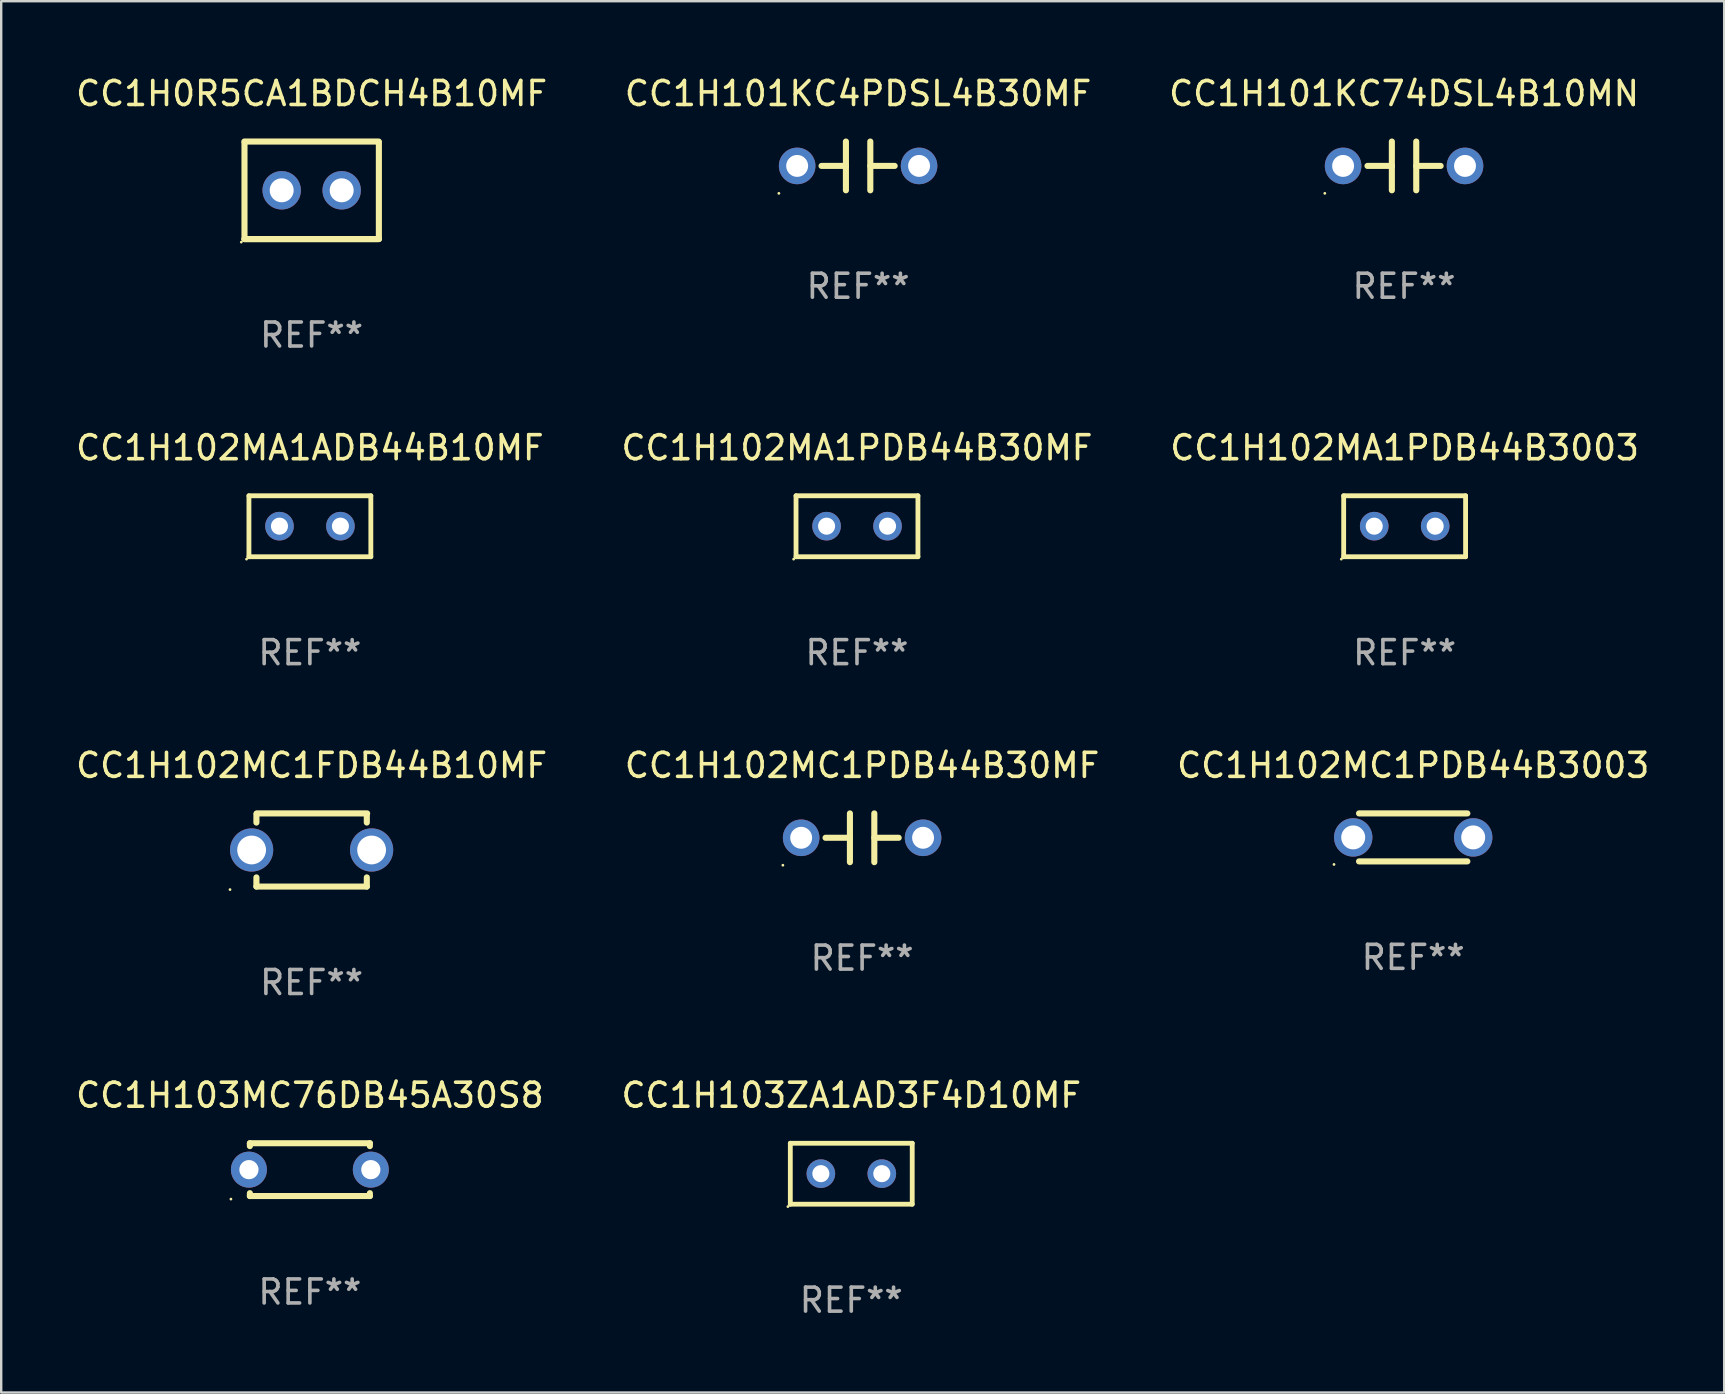
<source format=kicad_pcb>
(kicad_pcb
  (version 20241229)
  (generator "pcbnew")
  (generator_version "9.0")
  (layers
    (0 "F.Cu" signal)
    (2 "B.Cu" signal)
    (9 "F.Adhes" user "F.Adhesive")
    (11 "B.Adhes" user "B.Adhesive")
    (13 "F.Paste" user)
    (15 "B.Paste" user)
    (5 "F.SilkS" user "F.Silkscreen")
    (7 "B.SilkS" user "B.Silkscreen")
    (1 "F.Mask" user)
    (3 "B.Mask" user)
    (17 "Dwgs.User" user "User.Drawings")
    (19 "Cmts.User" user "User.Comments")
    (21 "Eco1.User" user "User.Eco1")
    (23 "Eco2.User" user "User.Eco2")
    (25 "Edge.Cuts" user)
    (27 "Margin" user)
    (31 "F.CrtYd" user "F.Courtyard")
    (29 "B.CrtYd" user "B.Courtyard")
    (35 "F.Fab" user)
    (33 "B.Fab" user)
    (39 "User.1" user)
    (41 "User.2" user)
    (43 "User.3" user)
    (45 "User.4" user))
  (footprint "CC1H101KC4PDSL4B30MF"
    (layer "F.Cu")
    (at 32.708 3.864)
    (property "Reference" "CC1H101KC4PDSL4B30MF" (at 0 -3.016 0) (layer "F.SilkS") (effects (font (size 1 1) (thickness 0.15))))
    (attr through_hole)
    (fp_line (start -1.524 0) (end -0.508 0) (stroke (width 0.254) (type solid)) (layer "F.SilkS"))
    (fp_line (start -0.508 0) (end -0.508 -1.016) (stroke (width 0.254) (type solid)) (layer "F.SilkS"))
    (fp_line (start -0.508 0) (end -0.508 1.016) (stroke (width 0.254) (type solid)) (layer "F.SilkS"))
    (fp_line (start 0.508 -1.016) (end 0.508 1.016) (stroke (width 0.254) (type solid)) (layer "F.SilkS"))
    (fp_line (start 1.524 0) (end 0.508 0) (stroke (width 0.254) (type solid)) (layer "F.SilkS"))
    (fp_circle (center -3.302 1.143) (end -3.272 1.143) (stroke (width 0.06) (type solid)) (fill no) (layer "F.SilkS"))
    (fp_text user "REF**" (at 0 5.016 0) (layer "F.Fab") (effects (font (size 1 1) (thickness 0.15))))
    (pad "1" thru_hole circle (at -2.54 0) (size 1.524 1.524) (drill 0.914) (layers "*.Cu" "*.Mask"))
    (pad "2" thru_hole circle (at 2.54 0) (size 1.524 1.524) (drill 0.914) (layers "*.Cu" "*.Mask")))
  (footprint "CC1H102MA1PDB44B3003"
    (layer "F.Cu")
    (at 55.482 18.879)
    (property "Reference" "CC1H102MA1PDB44B3003" (at 0 -3.27 0) (layer "F.SilkS") (effects (font (size 1 1) (thickness 0.15))))
    (attr through_hole)
    (fp_line (start -2.54 -1.27) (end -2.54 1.27) (stroke (width 0.201) (type solid)) (layer "F.SilkS"))
    (fp_line (start -2.54 1.27) (end 2.54 1.27) (stroke (width 0.201) (type solid)) (layer "F.SilkS"))
    (fp_line (start 2.54 -1.27) (end -2.54 -1.27) (stroke (width 0.201) (type solid)) (layer "F.SilkS"))
    (fp_line (start 2.54 1.27) (end 2.54 -1.27) (stroke (width 0.201) (type solid)) (layer "F.SilkS"))
    (fp_circle (center -2.64 1.37) (end -2.61 1.37) (stroke (width 0.06) (type solid)) (fill no) (layer "F.SilkS"))
    (fp_text user "REF**" (at 0 5.27 0) (layer "F.Fab") (effects (font (size 1 1) (thickness 0.15))))
    (pad "1" thru_hole circle (at -1.267 -0.003) (size 1.194 1.194) (drill 0.711) (layers "*.Cu" "*.Mask"))
    (pad "2" thru_hole circle (at 1.273 -0.003) (size 1.194 1.194) (drill 0.711) (layers "*.Cu" "*.Mask")))
  (footprint "CC1H103MC76DB45A30S8"
    (layer "F.Cu")
    (at 9.863 45.69)
    (property "Reference" "CC1H103MC76DB45A30S8" (at 0 -3.1 0) (layer "F.SilkS") (effects (font (size 1 1) (thickness 0.15))))
    (attr through_hole)
    (fp_line (start -2.5 -1.1) (end -2.5 -0.98) (stroke (width 0.254) (type solid)) (layer "F.SilkS"))
    (fp_line (start -2.5 -1.1) (end 2.5 -1.1) (stroke (width 0.254) (type solid)) (layer "F.SilkS"))
    (fp_line (start -2.5 0.98) (end -2.5 1.1) (stroke (width 0.254) (type solid)) (layer "F.SilkS"))
    (fp_line (start -2.5 1.1) (end 2.5 1.1) (stroke (width 0.254) (type solid)) (layer "F.SilkS"))
    (fp_line (start 2.5 -1.1) (end 2.5 -0.98) (stroke (width 0.254) (type solid)) (layer "F.SilkS"))
    (fp_line (start 2.5 0.98) (end 2.5 1.1) (stroke (width 0.254) (type solid)) (layer "F.SilkS"))
    (fp_circle (center -3.29 1.227) (end -3.26 1.227) (stroke (width 0.06) (type solid)) (fill no) (layer "F.SilkS"))
    (fp_text user "REF**" (at 0 5.1 0) (layer "F.Fab") (effects (font (size 1 1) (thickness 0.15))))
    (pad "1" thru_hole circle (at -2.54 0) (size 1.5 1.5) (drill 0.8) (layers "*.Cu" "*.Mask"))
    (pad "2" thru_hole circle (at 2.54 0) (size 1.5 1.5) (drill 0.8) (layers "*.Cu" "*.Mask")))
  (footprint "CC1H102MA1PDB44B30MF"
    (layer "F.Cu")
    (at 32.661 18.879)
    (property "Reference" "CC1H102MA1PDB44B30MF" (at 0 -3.27 0) (layer "F.SilkS") (effects (font (size 1 1) (thickness 0.15))))
    (attr through_hole)
    (fp_line (start -2.54 -1.27) (end -2.54 1.27) (stroke (width 0.201) (type solid)) (layer "F.SilkS"))
    (fp_line (start -2.54 1.27) (end 2.54 1.27) (stroke (width 0.201) (type solid)) (layer "F.SilkS"))
    (fp_line (start 2.54 -1.27) (end -2.54 -1.27) (stroke (width 0.201) (type solid)) (layer "F.SilkS"))
    (fp_line (start 2.54 1.27) (end 2.54 -1.27) (stroke (width 0.201) (type solid)) (layer "F.SilkS"))
    (fp_circle (center -2.64 1.37) (end -2.61 1.37) (stroke (width 0.06) (type solid)) (fill no) (layer "F.SilkS"))
    (fp_text user "REF**" (at 0 5.27 0) (layer "F.Fab") (effects (font (size 1 1) (thickness 0.15))))
    (pad "1" thru_hole circle (at -1.267 -0.003) (size 1.194 1.194) (drill 0.711) (layers "*.Cu" "*.Mask"))
    (pad "2" thru_hole circle (at 1.273 -0.003) (size 1.194 1.194) (drill 0.711) (layers "*.Cu" "*.Mask")))
  (footprint "CC1H102MC1PDB44B3003"
    (layer "F.Cu")
    (at 55.839 31.845)
    (property "Reference" "CC1H102MC1PDB44B3003" (at 0 -3 0) (layer "F.SilkS") (effects (font (size 1 1) (thickness 0.15))))
    (attr through_hole)
    (fp_line (start -2.257 -1) (end 2.256 -1) (stroke (width 0.254) (type solid)) (layer "F.SilkS"))
    (fp_line (start -2.257 1) (end 2.256 1) (stroke (width 0.254) (type solid)) (layer "F.SilkS"))
    (fp_circle (center -3.3 1.127) (end -3.27 1.127) (stroke (width 0.06) (type solid)) (fill no) (layer "F.SilkS"))
    (fp_text user "REF**" (at 0 5 0) (layer "F.Fab") (effects (font (size 1 1) (thickness 0.15))))
    (pad "1" thru_hole circle (at -2.5 0) (size 1.6 1.6) (drill 1) (layers "*.Cu" "*.Mask"))
    (pad "2" thru_hole circle (at 2.5 0) (size 1.6 1.6) (drill 1) (layers "*.Cu" "*.Mask")))
  (footprint "CC1H102MA1ADB44B10MF"
    (layer "F.Cu")
    (at 9.863 18.879)
    (property "Reference" "CC1H102MA1ADB44B10MF" (at 0 -3.27 0) (layer "F.SilkS") (effects (font (size 1 1) (thickness 0.15))))
    (attr through_hole)
    (fp_line (start -2.54 -1.27) (end -2.54 1.27) (stroke (width 0.201) (type solid)) (layer "F.SilkS"))
    (fp_line (start -2.54 1.27) (end 2.54 1.27) (stroke (width 0.201) (type solid)) (layer "F.SilkS"))
    (fp_line (start 2.54 -1.27) (end -2.54 -1.27) (stroke (width 0.201) (type solid)) (layer "F.SilkS"))
    (fp_line (start 2.54 1.27) (end 2.54 -1.27) (stroke (width 0.201) (type solid)) (layer "F.SilkS"))
    (fp_circle (center -2.64 1.37) (end -2.61 1.37) (stroke (width 0.06) (type solid)) (fill no) (layer "F.SilkS"))
    (fp_text user "REF**" (at 0 5.27 0) (layer "F.Fab") (effects (font (size 1 1) (thickness 0.15))))
    (pad "1" thru_hole circle (at -1.267 -0.003) (size 1.194 1.194) (drill 0.711) (layers "*.Cu" "*.Mask"))
    (pad "2" thru_hole circle (at 1.273 -0.003) (size 1.194 1.194) (drill 0.711) (layers "*.Cu" "*.Mask")))
  (footprint "CC1H0R5CA1BDCH4B10MF"
    (layer "F.Cu")
    (at 9.935 4.88)
    (property "Reference" "CC1H0R5CA1BDCH4B10MF" (at 0 -4.032 0) (layer "F.SilkS") (effects (font (size 1 1) (thickness 0.15))))
    (attr through_hole)
    (fp_line (start -2.803 -2.032) (end 2.797 -2.032) (stroke (width 0.254) (type solid)) (layer "F.SilkS"))
    (fp_line (start -2.797 2.032) (end -2.797 -1.968) (stroke (width 0.254) (type solid)) (layer "F.SilkS"))
    (fp_line (start 2.803 -2) (end 2.803 2) (stroke (width 0.254) (type solid)) (layer "F.SilkS"))
    (fp_line (start 2.803 2.032) (end -2.797 2.032) (stroke (width 0.254) (type solid)) (layer "F.SilkS"))
    (fp_line (start 2.803 2.032) (end -2.797 2.032) (stroke (width 0.254) (type solid)) (layer "F.SilkS"))
    (fp_circle (center -2.93 2.159) (end -2.9 2.159) (stroke (width 0.06) (type solid)) (fill no) (layer "F.SilkS"))
    (fp_text user "REF**" (at 0 6.032 0) (layer "F.Fab") (effects (font (size 1 1) (thickness 0.15))))
    (pad "1" thru_hole circle (at -1.247 0) (size 1.6 1.6) (drill 1) (layers "*.Cu" "*.Mask"))
    (pad "2" thru_hole circle (at 1.253 0) (size 1.6 1.6) (drill 1) (layers "*.Cu" "*.Mask")))
  (footprint "CC1H102MC1PDB44B30MF"
    (layer "F.Cu")
    (at 32.875 31.861)
    (property "Reference" "CC1H102MC1PDB44B30MF" (at 0 -3.016 0) (layer "F.SilkS") (effects (font (size 1 1) (thickness 0.15))))
    (attr through_hole)
    (fp_line (start -1.524 0) (end -0.508 0) (stroke (width 0.254) (type solid)) (layer "F.SilkS"))
    (fp_line (start -0.508 0) (end -0.508 -1.016) (stroke (width 0.254) (type solid)) (layer "F.SilkS"))
    (fp_line (start -0.508 0) (end -0.508 1.016) (stroke (width 0.254) (type solid)) (layer "F.SilkS"))
    (fp_line (start 0.508 -1.016) (end 0.508 1.016) (stroke (width 0.254) (type solid)) (layer "F.SilkS"))
    (fp_line (start 1.524 0) (end 0.508 0) (stroke (width 0.254) (type solid)) (layer "F.SilkS"))
    (fp_circle (center -3.302 1.143) (end -3.272 1.143) (stroke (width 0.06) (type solid)) (fill no) (layer "F.SilkS"))
    (fp_text user "REF**" (at 0 5.016 0) (layer "F.Fab") (effects (font (size 1 1) (thickness 0.15))))
    (pad "1" thru_hole circle (at -2.54 0) (size 1.524 1.524) (drill 0.914) (layers "*.Cu" "*.Mask"))
    (pad "2" thru_hole circle (at 2.54 0) (size 1.524 1.524) (drill 0.914) (layers "*.Cu" "*.Mask")))
  (footprint "CC1H101KC74DSL4B10MN"
    (layer "F.Cu")
    (at 55.458 3.864)
    (property "Reference" "CC1H101KC74DSL4B10MN" (at 0 -3.016 0) (layer "F.SilkS") (effects (font (size 1 1) (thickness 0.15))))
    (attr through_hole)
    (fp_line (start -1.524 0) (end -0.508 0) (stroke (width 0.254) (type solid)) (layer "F.SilkS"))
    (fp_line (start -0.508 0) (end -0.508 -1.016) (stroke (width 0.254) (type solid)) (layer "F.SilkS"))
    (fp_line (start -0.508 0) (end -0.508 1.016) (stroke (width 0.254) (type solid)) (layer "F.SilkS"))
    (fp_line (start 0.508 -1.016) (end 0.508 1.016) (stroke (width 0.254) (type solid)) (layer "F.SilkS"))
    (fp_line (start 1.524 0) (end 0.508 0) (stroke (width 0.254) (type solid)) (layer "F.SilkS"))
    (fp_circle (center -3.302 1.143) (end -3.272 1.143) (stroke (width 0.06) (type solid)) (fill no) (layer "F.SilkS"))
    (fp_text user "REF**" (at 0 5.016 0) (layer "F.Fab") (effects (font (size 1 1) (thickness 0.15))))
    (pad "1" thru_hole circle (at -2.54 0) (size 1.524 1.524) (drill 0.914) (layers "*.Cu" "*.Mask"))
    (pad "2" thru_hole circle (at 2.54 0) (size 1.524 1.524) (drill 0.914) (layers "*.Cu" "*.Mask")))
  (footprint "CC1H103ZA1AD3F4D10MF"
    (layer "F.Cu")
    (at 32.423 45.86)
    (property "Reference" "CC1H103ZA1AD3F4D10MF" (at 0 -3.27 0) (layer "F.SilkS") (effects (font (size 1 1) (thickness 0.15))))
    (attr through_hole)
    (fp_line (start -2.54 -1.27) (end -2.54 1.27) (stroke (width 0.201) (type solid)) (layer "F.SilkS"))
    (fp_line (start -2.54 1.27) (end 2.54 1.27) (stroke (width 0.201) (type solid)) (layer "F.SilkS"))
    (fp_line (start 2.54 -1.27) (end -2.54 -1.27) (stroke (width 0.201) (type solid)) (layer "F.SilkS"))
    (fp_line (start 2.54 1.27) (end 2.54 -1.27) (stroke (width 0.201) (type solid)) (layer "F.SilkS"))
    (fp_circle (center -2.64 1.37) (end -2.61 1.37) (stroke (width 0.06) (type solid)) (fill no) (layer "F.SilkS"))
    (fp_text user "REF**" (at 0 5.27 0) (layer "F.Fab") (effects (font (size 1 1) (thickness 0.15))))
    (pad "1" thru_hole circle (at -1.267 -0.003) (size 1.194 1.194) (drill 0.711) (layers "*.Cu" "*.Mask"))
    (pad "2" thru_hole circle (at 1.273 -0.003) (size 1.194 1.194) (drill 0.711) (layers "*.Cu" "*.Mask")))
  (footprint "CC1H102MC1FDB44B10MF"
    (layer "F.Cu")
    (at 9.935 32.369)
    (property "Reference" "CC1H102MC1FDB44B10MF" (at 0 -3.524 0) (layer "F.SilkS") (effects (font (size 1 1) (thickness 0.15))))
    (attr through_hole)
    (fp_line (start -2.3 -1.5) (end -2.3 -1.143) (stroke (width 0.254) (type solid)) (layer "F.SilkS"))
    (fp_line (start -2.3 1.524) (end -2.3 1.143) (stroke (width 0.254) (type solid)) (layer "F.SilkS"))
    (fp_line (start -2.286 -1.524) (end 2.314 -1.524) (stroke (width 0.254) (type solid)) (layer "F.SilkS"))
    (fp_line (start 2.3 -1.5) (end 2.3 -1.143) (stroke (width 0.254) (type solid)) (layer "F.SilkS"))
    (fp_line (start 2.3 1.524) (end -2.3 1.524) (stroke (width 0.254) (type solid)) (layer "F.SilkS"))
    (fp_line (start 2.3 1.524) (end 2.3 1.143) (stroke (width 0.254) (type solid)) (layer "F.SilkS"))
    (fp_circle (center -3.4 1.651) (end -3.37 1.651) (stroke (width 0.06) (type solid)) (fill no) (layer "F.SilkS"))
    (fp_text user "REF**" (at 0 5.524 0) (layer "F.Fab") (effects (font (size 1 1) (thickness 0.15))))
    (pad "1" thru_hole circle (at -2.5 0) (size 1.8 1.8) (drill 1.2) (layers "*.Cu" "*.Mask"))
    (pad "2" thru_hole circle (at 2.5 0) (size 1.8 1.8) (drill 1.2) (layers "*.Cu" "*.Mask")))
  (gr_rect
    (start -3 -3)
    (end 68.798 54.978)
    (stroke (width 0.1) (type default))
    (fill no)
    (layer "Edge.Cuts")))
</source>
